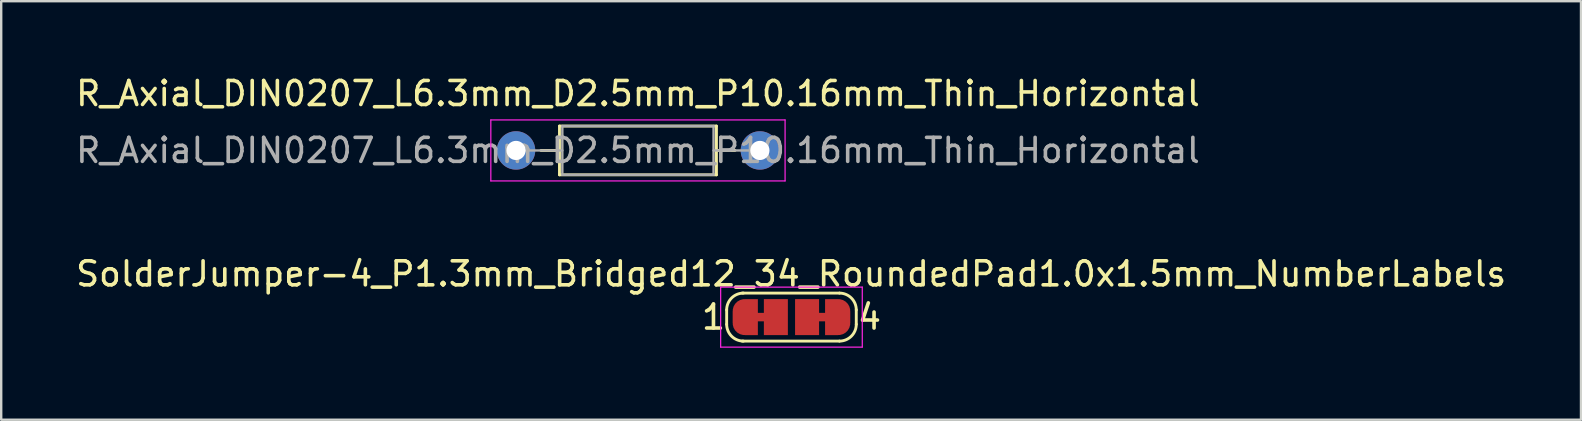
<source format=kicad_pcb>
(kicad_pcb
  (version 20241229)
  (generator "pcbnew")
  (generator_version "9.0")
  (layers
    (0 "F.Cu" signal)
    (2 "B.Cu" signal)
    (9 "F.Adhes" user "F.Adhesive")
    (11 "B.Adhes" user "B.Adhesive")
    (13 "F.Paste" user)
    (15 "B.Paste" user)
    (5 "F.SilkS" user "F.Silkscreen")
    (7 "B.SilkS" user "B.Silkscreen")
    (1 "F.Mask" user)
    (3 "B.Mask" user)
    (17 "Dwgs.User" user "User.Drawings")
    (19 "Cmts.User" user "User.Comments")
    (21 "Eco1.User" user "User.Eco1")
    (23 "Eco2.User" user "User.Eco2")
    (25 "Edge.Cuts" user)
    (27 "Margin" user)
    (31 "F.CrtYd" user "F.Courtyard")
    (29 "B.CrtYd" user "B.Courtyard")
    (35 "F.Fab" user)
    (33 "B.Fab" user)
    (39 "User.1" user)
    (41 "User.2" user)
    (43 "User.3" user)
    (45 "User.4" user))
  (footprint "R_Axial_DIN0207_L6.3mm_D2.5mm_P10.16mm_Thin_Horizontal"
    (layer "F.Cu")
    (at 18.45 3.218)
    (property "Reference" "R_Axial_DIN0207_L6.3mm_D2.5mm_P10.16mm_Thin_Horizontal" (at 5.08 -2.37 0) (layer "F.SilkS") (effects (font (size 1 1) (thickness 0.15))))
    (attr through_hole)
    (fp_line (start 1.04 0) (end 1.81 0) (stroke (width 0.12) (type solid)) (layer "F.SilkS"))
    (fp_line (start 1.81 -1.016) (end 1.81 1.016) (stroke (width 0.12) (type solid)) (layer "F.SilkS"))
    (fp_line (start 1.81 1.016) (end 8.35 1.016) (stroke (width 0.12) (type solid)) (layer "F.SilkS"))
    (fp_line (start 8.35 -1.016) (end 1.81 -1.016) (stroke (width 0.12) (type solid)) (layer "F.SilkS"))
    (fp_line (start 8.35 1.016) (end 8.35 -1.016) (stroke (width 0.12) (type solid)) (layer "F.SilkS"))
    (fp_line (start 9.12 0) (end 8.35 0) (stroke (width 0.12) (type solid)) (layer "F.SilkS"))
    (fp_line (start -1.05 -1.27) (end -1.05 1.27) (stroke (width 0.05) (type solid)) (layer "F.CrtYd"))
    (fp_line (start -1.05 1.27) (end 11.21 1.27) (stroke (width 0.05) (type solid)) (layer "F.CrtYd"))
    (fp_line (start 11.21 -1.27) (end -1.05 -1.27) (stroke (width 0.05) (type solid)) (layer "F.CrtYd"))
    (fp_line (start 11.21 1.27) (end 11.21 -1.27) (stroke (width 0.05) (type solid)) (layer "F.CrtYd"))
    (fp_line (start 0 0) (end 1.93 0) (stroke (width 0.1) (type solid)) (layer "F.Fab"))
    (fp_line (start 1.93 -1.016) (end 1.93 1.016) (stroke (width 0.1) (type solid)) (layer "F.Fab"))
    (fp_line (start 1.93 1.016) (end 8.23 1.016) (stroke (width 0.1) (type solid)) (layer "F.Fab"))
    (fp_line (start 8.23 -1.016) (end 1.93 -1.016) (stroke (width 0.1) (type solid)) (layer "F.Fab"))
    (fp_line (start 8.23 1.016) (end 8.23 -1.016) (stroke (width 0.1) (type solid)) (layer "F.Fab"))
    (fp_line (start 10.16 0) (end 8.23 0) (stroke (width 0.1) (type solid)) (layer "F.Fab"))
    (fp_text user "${REFERENCE}" (at 5.08 0 0) (layer "F.Fab") (effects (font (size 1 1) (thickness 0.15))))
    (pad "1" thru_hole circle (at 0 0) (size 1.6 1.6) (drill 0.8) (layers "*.Cu" "*.Mask"))
    (pad "2" thru_hole oval (at 10.16 0) (size 1.6 1.6) (drill 0.8) (layers "*.Cu" "*.Mask")))
  (footprint "SolderJumper-4_P1.3mm_Bridged12_34_RoundedPad1.0x1.5mm_NumberLabels"
    (layer "F.Cu")
    (at 29.276 10.162)
    (property "Reference" "SolderJumper-4_P1.3mm_Bridged12_34_RoundedPad1.0x1.5mm_NumberLabels" (at 0.635 -1.8 0) (layer "F.SilkS") (effects (font (size 1 1) (thickness 0.15))))
    (attr exclude_from_pos_files exclude_from_bom)
    (fp_rect (start -0.889 -0.127) (end -0.381 0.127) (stroke (width 0.1) (type solid)) (fill yes) (layer "F.Cu"))
    (fp_rect (start 1.651 -0.127) (end 2.159 0.127) (stroke (width 0.1) (type solid)) (fill yes) (layer "F.Cu"))
    (fp_line (start -2.05 0.3) (end -2.05 -0.3) (stroke (width 0.12) (type solid)) (layer "F.SilkS"))
    (fp_line (start -1.4 -1) (end 2.65 -1) (stroke (width 0.12) (type solid)) (layer "F.SilkS"))
    (fp_line (start 2.65 1) (end -1.4 1) (stroke (width 0.12) (type solid)) (layer "F.SilkS"))
    (fp_line (start 3.35 -0.3) (end 3.35 0.3) (stroke (width 0.12) (type solid)) (layer "F.SilkS"))
    (fp_arc (start -2.05 -0.3) (mid -1.844975 -0.794975) (end -1.35 -1) (stroke (width 0.12) (type solid)) (layer "F.SilkS"))
    (fp_arc (start -1.35 1) (mid -1.844975 0.794975) (end -2.05 0.3) (stroke (width 0.12) (type solid)) (layer "F.SilkS"))
    (fp_arc (start 2.65 -1) (mid 3.144974 -0.794975) (end 3.35 -0.3) (stroke (width 0.12) (type solid)) (layer "F.SilkS"))
    (fp_arc (start 3.35 0.3) (mid 3.144975 0.794974) (end 2.65 1) (stroke (width 0.12) (type solid)) (layer "F.SilkS"))
    (fp_line (start -2.3 -1.25) (end -2.3 1.25) (stroke (width 0.05) (type solid)) (layer "F.CrtYd"))
    (fp_line (start -2.3 -1.25) (end 3.6 -1.25) (stroke (width 0.05) (type solid)) (layer "F.CrtYd"))
    (fp_line (start 3.6 1.25) (end -2.3 1.25) (stroke (width 0.05) (type solid)) (layer "F.CrtYd"))
    (fp_line (start 3.6 1.25) (end 3.6 -1.25) (stroke (width 0.05) (type solid)) (layer "F.CrtYd"))
    (fp_text user "1" (at -2.6 0 0) (layer "F.SilkS") (effects (font (size 1 1) (thickness 0.15))))
    (fp_text user "4" (at 3.9 0 0) (layer "F.SilkS") (effects (font (size 1 1) (thickness 0.15))))
    (pad "1" smd custom (at -1.3 0) (size 1 0.5) (layers "F.Cu" "F.Mask") (options (anchor rect)) (primitives (gr_poly (pts (xy 0.55 0.75) (xy 0 0.75) (xy 0 -0.75) (xy 0.55 -0.75)) (width 0) (fill yes)) (gr_circle (center 0 0.25) (end 0.5 0.25) (width 0) (fill yes)) (gr_circle (center 0 -0.25) (end 0.5 -0.25) (width 0) (fill yes))))
    (pad "2" smd rect (at 0 0) (size 1 1.5) (layers "F.Cu" "F.Mask"))
    (pad "3" smd rect (at 1.3 0) (size 1 1.5) (layers "F.Cu" "F.Mask"))
    (pad "4" smd custom (at 2.6 0) (size 1 0.5) (layers "F.Cu" "F.Mask") (options (anchor rect)) (primitives (gr_circle (center 0 0.25) (end 0.5 0.25) (width 0) (fill yes)) (gr_circle (center 0 -0.25) (end 0.5 -0.25) (width 0) (fill yes)) (gr_poly (pts (xy 0 0.75) (xy -0.55 0.75) (xy -0.55 -0.75) (xy 0 -0.75)) (width 0) (fill yes)))))
  (gr_rect
    (start -3 -3)
    (end 62.821 14.437)
    (stroke (width 0.1) (type default))
    (fill no)
    (layer "Edge.Cuts")))
</source>
